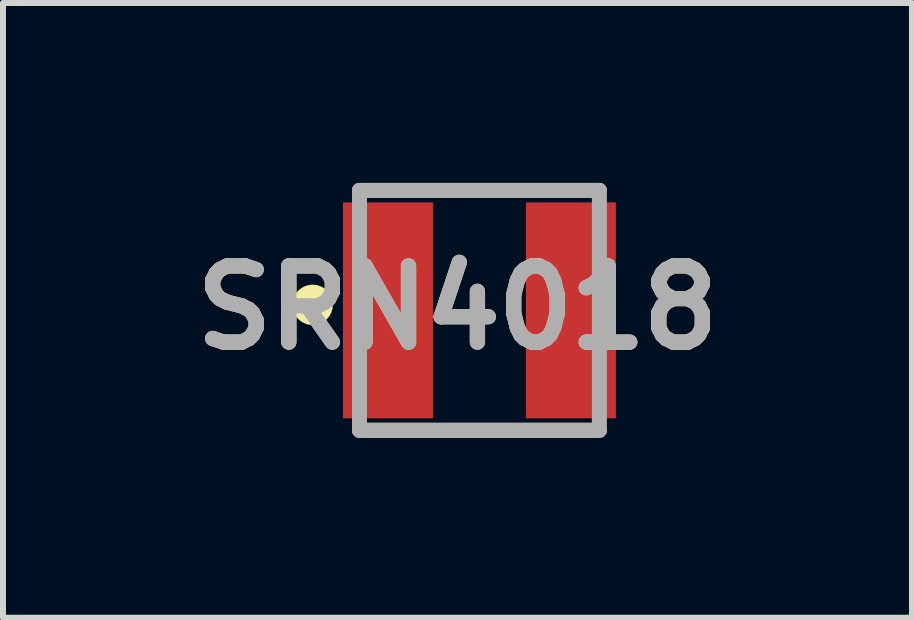
<source format=kicad_pcb>
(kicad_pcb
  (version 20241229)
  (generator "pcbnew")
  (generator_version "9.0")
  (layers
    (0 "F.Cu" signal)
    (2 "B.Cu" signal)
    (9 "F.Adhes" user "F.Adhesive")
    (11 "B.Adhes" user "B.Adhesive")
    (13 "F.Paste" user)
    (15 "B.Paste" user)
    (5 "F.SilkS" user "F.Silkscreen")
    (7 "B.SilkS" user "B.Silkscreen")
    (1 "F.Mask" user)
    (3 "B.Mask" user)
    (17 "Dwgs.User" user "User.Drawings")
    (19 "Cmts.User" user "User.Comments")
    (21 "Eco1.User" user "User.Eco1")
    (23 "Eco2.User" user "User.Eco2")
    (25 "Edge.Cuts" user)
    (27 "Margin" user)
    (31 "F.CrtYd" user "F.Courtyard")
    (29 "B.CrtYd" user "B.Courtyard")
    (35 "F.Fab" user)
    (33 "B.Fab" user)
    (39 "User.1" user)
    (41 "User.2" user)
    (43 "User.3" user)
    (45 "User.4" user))
  (footprint "SRN4018"
    (layer "F.Cu")
    (at 4.944 2.125)
    (property "Reference" "SRN4018" (at -0.366 -0.045 0) (layer "F.SilkS") (effects (font (size 1.27 1.27) (thickness 0.254))))
    (attr smd)
    (fp_line (start -2 -2) (end 2 -2) (stroke (width 0.25) (type solid)) (layer "F.SilkS"))
    (fp_line (start 2 2) (end -2 2) (stroke (width 0.25) (type solid)) (layer "F.SilkS"))
    (fp_circle (center -2.781 -0.092) (end -2.781 -0.005) (stroke (width 0.25) (type solid)) (fill no) (layer "F.SilkS"))
    (fp_line (start -2 -2) (end 2 -2) (stroke (width 0.25) (type solid)) (layer "F.Fab"))
    (fp_line (start -2 2) (end -2 -2) (stroke (width 0.25) (type solid)) (layer "F.Fab"))
    (fp_line (start 2 -2) (end 2 2) (stroke (width 0.25) (type solid)) (layer "F.Fab"))
    (fp_line (start 2 2) (end -2 2) (stroke (width 0.25) (type solid)) (layer "F.Fab"))
    (fp_text user "${REFERENCE}" (at -0.366 -0.045 0) (layer "F.Fab") (effects (font (size 1.27 1.27) (thickness 0.254))))
    (pad "1" smd rect (at -1.525 0) (size 1.5 3.6) (layers "F.Cu" "F.Mask" "F.Paste"))
    (pad "2" smd rect (at 1.525 0) (size 1.5 3.6) (layers "F.Cu" "F.Mask" "F.Paste")))
  (gr_rect
    (start -3 -3)
    (end 12.156 7.25)
    (stroke (width 0.1) (type default))
    (fill no)
    (layer "Edge.Cuts")))
</source>
